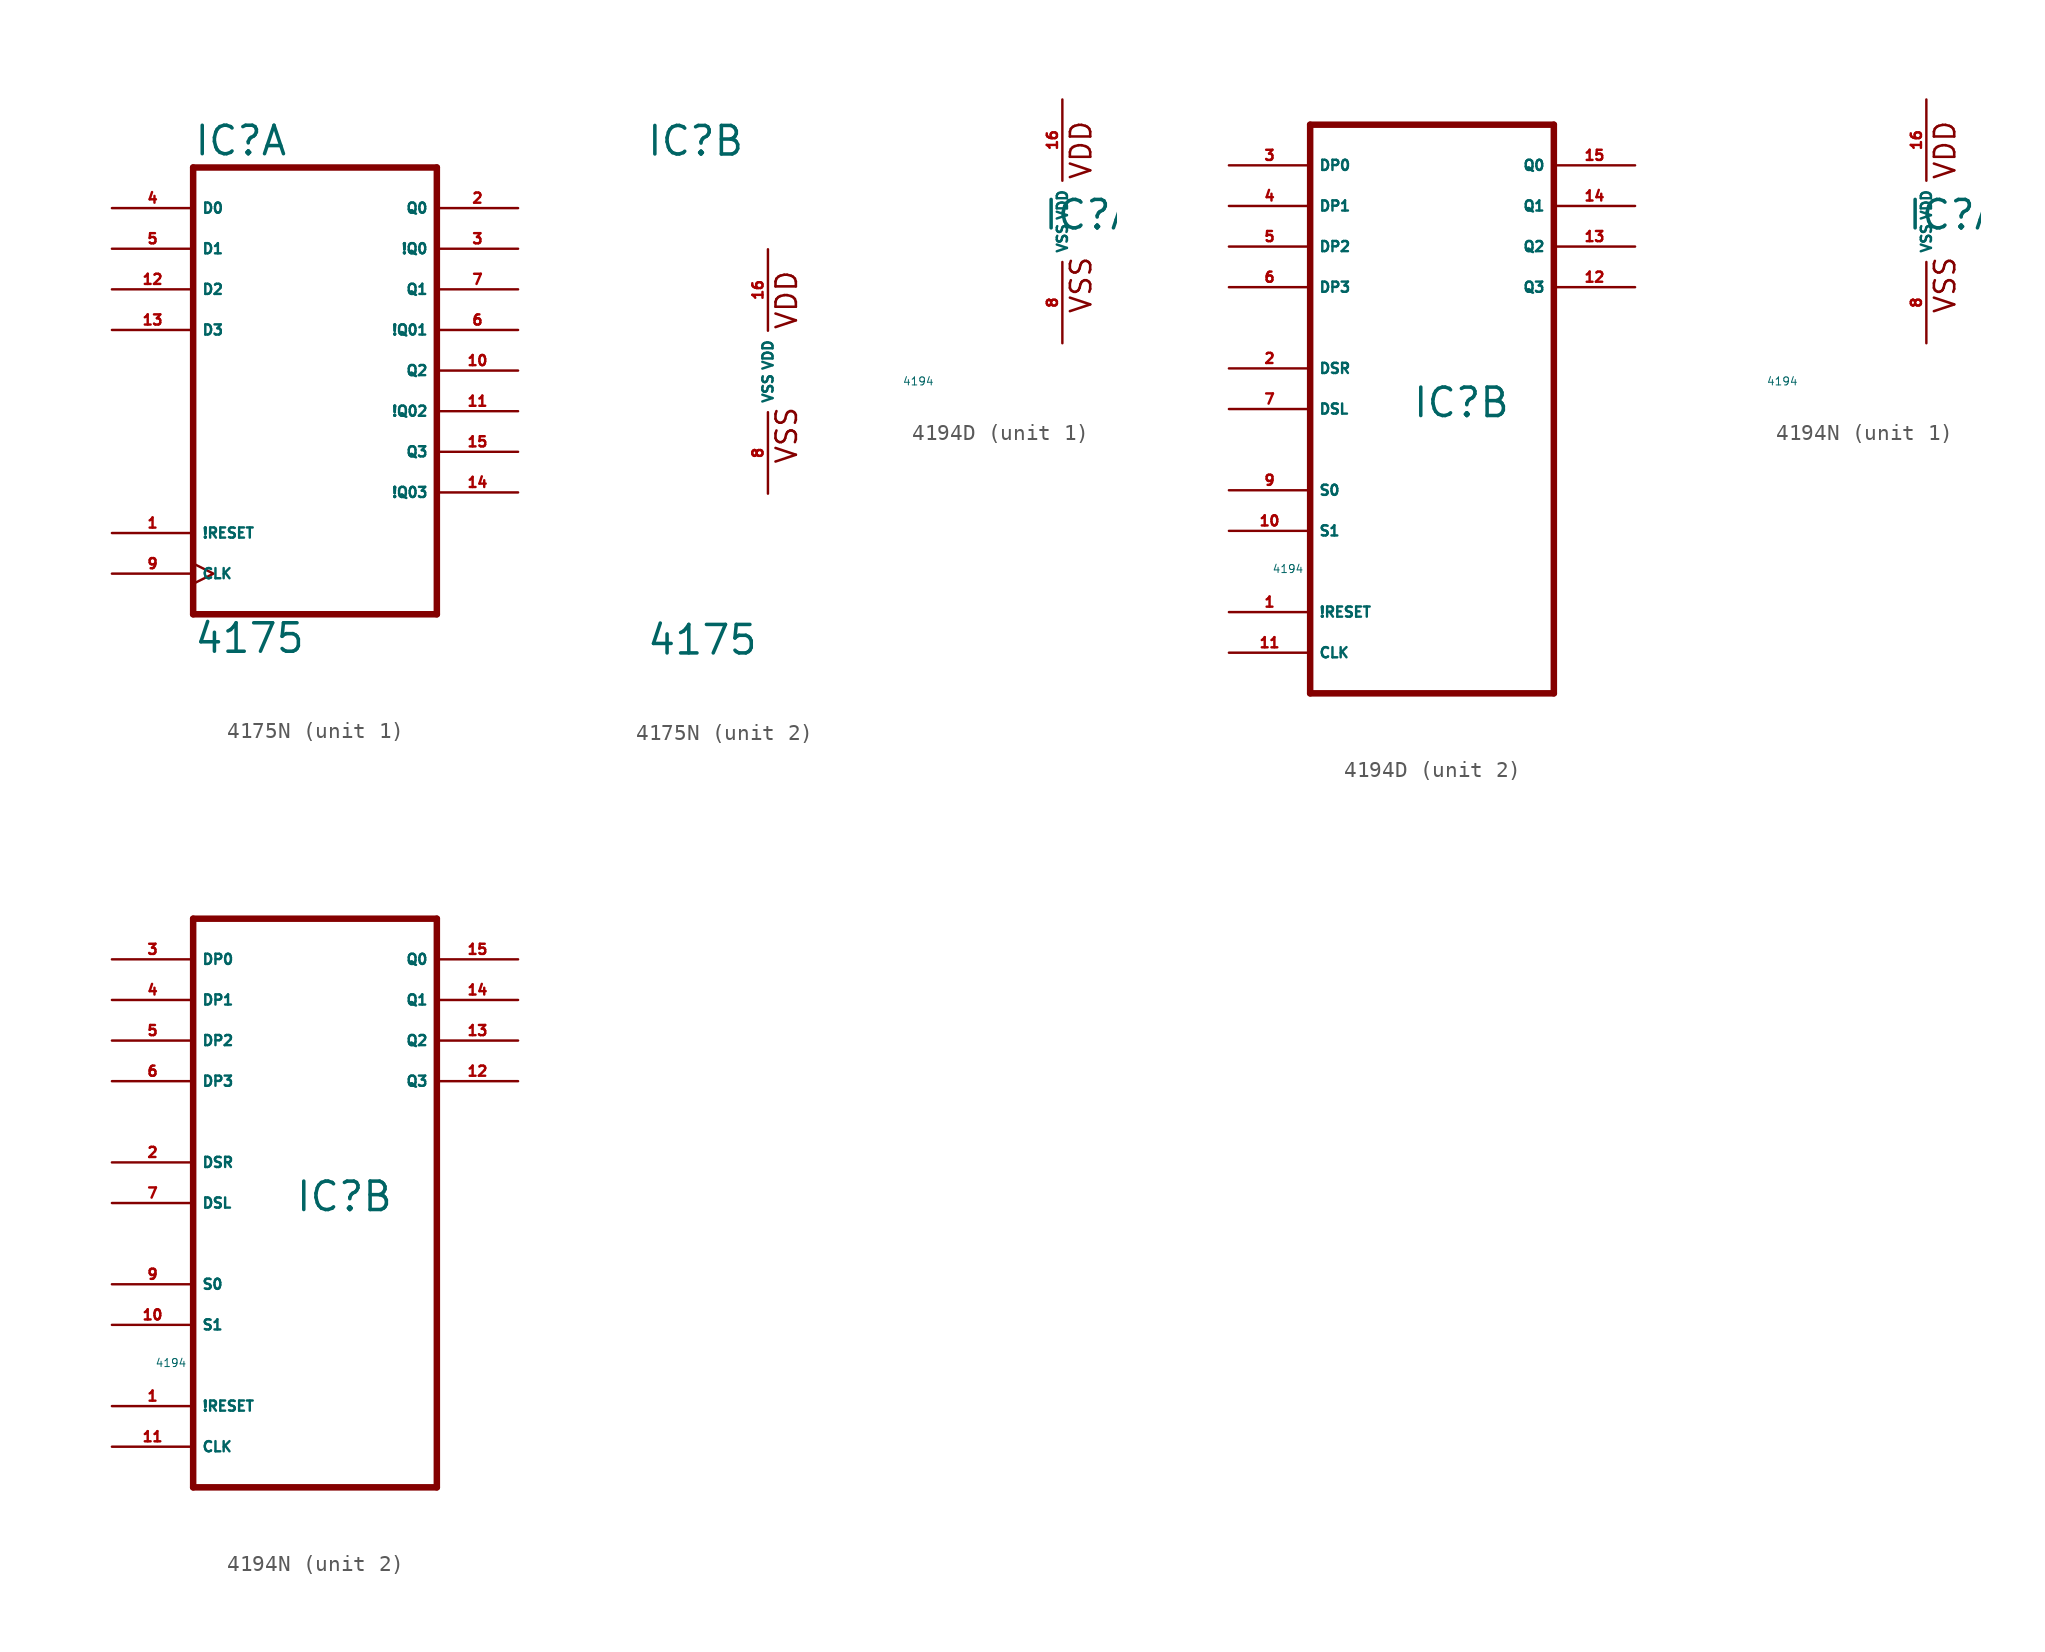
<source format=kicad_sym>
(kicad_symbol_lib
  (version 20220914)
  (generator Eagle2Kicad)
  (symbol "4175N"
    (property "Reference" "IC"
      (at -7.62 13.335 0)
      (effects (font (size 1.778 1.778) (thickness 0.22)) (justify left bottom)))
    (property "Value" "4175"
      (at -7.62 -17.78 0)
      (effects (font (size 1.778 1.778) (thickness 0.22)) (justify left bottom)))
    (symbol "4175N_1_0"
      (polyline (pts (xy -7.62 -15.24) (xy 7.62 -15.24)) (stroke (width 0.406) (type default)) (fill (type none)))
      (polyline (pts (xy 7.62 -15.24) (xy 7.62 12.7)) (stroke (width 0.406) (type default)) (fill (type none)))
      (polyline (pts (xy 7.62 12.7) (xy -7.62 12.7)) (stroke (width 0.406) (type default)) (fill (type none)))
      (polyline (pts (xy -7.62 12.7) (xy -7.62 -15.24)) (stroke (width 0.406) (type default)) (fill (type none)))
      (pin input line (at -12.7 -10.16 0) (length 5.08) (name "!RESET" (effects (font (size 0.635 0.635) (thickness 0.08)) (justify left bottom))) (number "1" (effects (font (size 0.635 0.635) (thickness 0.08)) (justify left bottom))))
      (pin input line (at -12.7 10.16 0) (length 5.08) (name "D0" (effects (font (size 0.635 0.635) (thickness 0.08)) (justify left bottom))) (number "4" (effects (font (size 0.635 0.635) (thickness 0.08)) (justify left bottom))))
      (pin output line (at 12.7 10.16 180) (length 5.08) (name "Q0" (effects (font (size 0.635 0.635) (thickness 0.08)) (justify left bottom))) (number "2" (effects (font (size 0.635 0.635) (thickness 0.08)) (justify left bottom))))
      (pin input clock (at -12.7 -12.7 0) (length 5.08) (name "CLK" (effects (font (size 0.635 0.635) (thickness 0.08)) (justify left bottom))) (number "9" (effects (font (size 0.635 0.635) (thickness 0.08)) (justify left bottom))))
      (pin input line (at -12.7 7.62 0) (length 5.08) (name "D1" (effects (font (size 0.635 0.635) (thickness 0.08)) (justify left bottom))) (number "5" (effects (font (size 0.635 0.635) (thickness 0.08)) (justify left bottom))))
      (pin input line (at -12.7 5.08 0) (length 5.08) (name "D2" (effects (font (size 0.635 0.635) (thickness 0.08)) (justify left bottom))) (number "12" (effects (font (size 0.635 0.635) (thickness 0.08)) (justify left bottom))))
      (pin input line (at -12.7 2.54 0) (length 5.08) (name "D3" (effects (font (size 0.635 0.635) (thickness 0.08)) (justify left bottom))) (number "13" (effects (font (size 0.635 0.635) (thickness 0.08)) (justify left bottom))))
      (pin output line (at 12.7 5.08 180) (length 5.08) (name "Q1" (effects (font (size 0.635 0.635) (thickness 0.08)) (justify left bottom))) (number "7" (effects (font (size 0.635 0.635) (thickness 0.08)) (justify left bottom))))
      (pin output line (at 12.7 0 180) (length 5.08) (name "Q2" (effects (font (size 0.635 0.635) (thickness 0.08)) (justify left bottom))) (number "10" (effects (font (size 0.635 0.635) (thickness 0.08)) (justify left bottom))))
      (pin output line (at 12.7 -5.08 180) (length 5.08) (name "Q3" (effects (font (size 0.635 0.635) (thickness 0.08)) (justify left bottom))) (number "15" (effects (font (size 0.635 0.635) (thickness 0.08)) (justify left bottom))))
      (pin output line (at 12.7 7.62 180) (length 5.08) (name "!Q0" (effects (font (size 0.635 0.635) (thickness 0.08)) (justify left bottom))) (number "3" (effects (font (size 0.635 0.635) (thickness 0.08)) (justify left bottom))))
      (pin output line (at 12.7 2.54 180) (length 5.08) (name "!Q01" (effects (font (size 0.635 0.635) (thickness 0.08)) (justify left bottom))) (number "6" (effects (font (size 0.635 0.635) (thickness 0.08)) (justify left bottom))))
      (pin output line (at 12.7 -2.54 180) (length 5.08) (name "!Q02" (effects (font (size 0.635 0.635) (thickness 0.08)) (justify left bottom))) (number "11" (effects (font (size 0.635 0.635) (thickness 0.08)) (justify left bottom))))
      (pin output line (at 12.7 -7.62 180) (length 5.08) (name "!Q03" (effects (font (size 0.635 0.635) (thickness 0.08)) (justify left bottom))) (number "14" (effects (font (size 0.635 0.635) (thickness 0.08)) (justify left bottom)))))
    (symbol "4175N_2_0"
      (text "VDD" (at 1.905 2.54 900) (effects (font (size 1.27 1.27) (thickness 0.16)) (justify left bottom)))
      (text "VSS" (at 1.905 -5.842 900) (effects (font (size 1.27 1.27) (thickness 0.16)) (justify left bottom)))
      (pin unspecified line (at 0 -7.62 90) (length 5.08) (name "VSS" (effects (font (size 0.635 0.635) (thickness 0.08)) (justify left bottom))) (number "8" (effects (font (size 0.635 0.635) (thickness 0.08)) (justify left bottom))))
      (pin unspecified line (at 0 7.62 270) (length 5.08) (name "VDD" (effects (font (size 0.635 0.635) (thickness 0.08)) (justify left bottom))) (number "16" (effects (font (size 0.635 0.635) (thickness 0.08)) (justify left bottom))))))
  (symbol "4194D"
    (property "Reference" "IC"
      (at -1.27 -0.635 0)
      (effects (font (size 1.778 1.778) (thickness 0.22)) (justify left bottom)))
    (property "Value" "4194"
      (at -10 -10 0)
      (effects (font (size 0.5 0.5) (thickness 0.06)) (justify left)))
    (symbol "4194D_1_0"
      (text "VDD" (at 1.905 2.54 900) (effects (font (size 1.27 1.27) (thickness 0.16)) (justify left bottom)))
      (text "VSS" (at 1.905 -5.842 900) (effects (font (size 1.27 1.27) (thickness 0.16)) (justify left bottom)))
      (pin unspecified line (at 0 -7.62 90) (length 5.08) (name "VSS" (effects (font (size 0.635 0.635) (thickness 0.08)) (justify left bottom))) (number "8" (effects (font (size 0.635 0.635) (thickness 0.08)) (justify left bottom))))
      (pin unspecified line (at 0 7.62 270) (length 5.08) (name "VDD" (effects (font (size 0.635 0.635) (thickness 0.08)) (justify left bottom))) (number "16" (effects (font (size 0.635 0.635) (thickness 0.08)) (justify left bottom)))))
    (symbol "4194D_2_0"
      (polyline (pts (xy -7.62 -17.78) (xy 7.62 -17.78)) (stroke (width 0.406) (type default)) (fill (type none)))
      (polyline (pts (xy 7.62 -17.78) (xy 7.62 17.78)) (stroke (width 0.406) (type default)) (fill (type none)))
      (polyline (pts (xy 7.62 17.78) (xy -7.62 17.78)) (stroke (width 0.406) (type default)) (fill (type none)))
      (polyline (pts (xy -7.62 17.78) (xy -7.62 -17.78)) (stroke (width 0.406) (type default)) (fill (type none)))
      (pin input line (at -12.7 -12.7 0) (length 5.08) (name "!RESET" (effects (font (size 0.635 0.635) (thickness 0.08)) (justify left bottom))) (number "1" (effects (font (size 0.635 0.635) (thickness 0.08)) (justify left bottom))))
      (pin input line (at -12.7 15.24 0) (length 5.08) (name "DP0" (effects (font (size 0.635 0.635) (thickness 0.08)) (justify left bottom))) (number "3" (effects (font (size 0.635 0.635) (thickness 0.08)) (justify left bottom))))
      (pin output line (at 12.7 15.24 180) (length 5.08) (name "Q0" (effects (font (size 0.635 0.635) (thickness 0.08)) (justify left bottom))) (number "15" (effects (font (size 0.635 0.635) (thickness 0.08)) (justify left bottom))))
      (pin input line (at -12.7 -15.24 0) (length 5.08) (name "CLK" (effects (font (size 0.635 0.635) (thickness 0.08)) (justify left bottom))) (number "11" (effects (font (size 0.635 0.635) (thickness 0.08)) (justify left bottom))))
      (pin input line (at -12.7 2.54 0) (length 5.08) (name "DSR" (effects (font (size 0.635 0.635) (thickness 0.08)) (justify left bottom))) (number "2" (effects (font (size 0.635 0.635) (thickness 0.08)) (justify left bottom))))
      (pin input line (at -12.7 0 0) (length 5.08) (name "DSL" (effects (font (size 0.635 0.635) (thickness 0.08)) (justify left bottom))) (number "7" (effects (font (size 0.635 0.635) (thickness 0.08)) (justify left bottom))))
      (pin output line (at 12.7 12.7 180) (length 5.08) (name "Q1" (effects (font (size 0.635 0.635) (thickness 0.08)) (justify left bottom))) (number "14" (effects (font (size 0.635 0.635) (thickness 0.08)) (justify left bottom))))
      (pin output line (at 12.7 10.16 180) (length 5.08) (name "Q2" (effects (font (size 0.635 0.635) (thickness 0.08)) (justify left bottom))) (number "13" (effects (font (size 0.635 0.635) (thickness 0.08)) (justify left bottom))))
      (pin output line (at 12.7 7.62 180) (length 5.08) (name "Q3" (effects (font (size 0.635 0.635) (thickness 0.08)) (justify left bottom))) (number "12" (effects (font (size 0.635 0.635) (thickness 0.08)) (justify left bottom))))
      (pin input line (at -12.7 12.7 0) (length 5.08) (name "DP1" (effects (font (size 0.635 0.635) (thickness 0.08)) (justify left bottom))) (number "4" (effects (font (size 0.635 0.635) (thickness 0.08)) (justify left bottom))))
      (pin input line (at -12.7 10.16 0) (length 5.08) (name "DP2" (effects (font (size 0.635 0.635) (thickness 0.08)) (justify left bottom))) (number "5" (effects (font (size 0.635 0.635) (thickness 0.08)) (justify left bottom))))
      (pin input line (at -12.7 7.62 0) (length 5.08) (name "DP3" (effects (font (size 0.635 0.635) (thickness 0.08)) (justify left bottom))) (number "6" (effects (font (size 0.635 0.635) (thickness 0.08)) (justify left bottom))))
      (pin input line (at -12.7 -5.08 0) (length 5.08) (name "S0" (effects (font (size 0.635 0.635) (thickness 0.08)) (justify left bottom))) (number "9" (effects (font (size 0.635 0.635) (thickness 0.08)) (justify left bottom))))
      (pin input line (at -12.7 -7.62 0) (length 5.08) (name "S1" (effects (font (size 0.635 0.635) (thickness 0.08)) (justify left bottom))) (number "10" (effects (font (size 0.635 0.635) (thickness 0.08)) (justify left bottom))))))
  (symbol "4194N"
    (property "Reference" "IC"
      (at -1.27 -0.635 0)
      (effects (font (size 1.778 1.778) (thickness 0.22)) (justify left bottom)))
    (property "Value" "4194"
      (at -10 -10 0)
      (effects (font (size 0.5 0.5) (thickness 0.06)) (justify left)))
    (symbol "4194N_1_0"
      (text "VDD" (at 1.905 2.54 900) (effects (font (size 1.27 1.27) (thickness 0.16)) (justify left bottom)))
      (text "VSS" (at 1.905 -5.842 900) (effects (font (size 1.27 1.27) (thickness 0.16)) (justify left bottom)))
      (pin unspecified line (at 0 -7.62 90) (length 5.08) (name "VSS" (effects (font (size 0.635 0.635) (thickness 0.08)) (justify left bottom))) (number "8" (effects (font (size 0.635 0.635) (thickness 0.08)) (justify left bottom))))
      (pin unspecified line (at 0 7.62 270) (length 5.08) (name "VDD" (effects (font (size 0.635 0.635) (thickness 0.08)) (justify left bottom))) (number "16" (effects (font (size 0.635 0.635) (thickness 0.08)) (justify left bottom)))))
    (symbol "4194N_2_0"
      (polyline (pts (xy -7.62 -17.78) (xy 7.62 -17.78)) (stroke (width 0.406) (type default)) (fill (type none)))
      (polyline (pts (xy 7.62 -17.78) (xy 7.62 17.78)) (stroke (width 0.406) (type default)) (fill (type none)))
      (polyline (pts (xy 7.62 17.78) (xy -7.62 17.78)) (stroke (width 0.406) (type default)) (fill (type none)))
      (polyline (pts (xy -7.62 17.78) (xy -7.62 -17.78)) (stroke (width 0.406) (type default)) (fill (type none)))
      (pin input line (at -12.7 -12.7 0) (length 5.08) (name "!RESET" (effects (font (size 0.635 0.635) (thickness 0.08)) (justify left bottom))) (number "1" (effects (font (size 0.635 0.635) (thickness 0.08)) (justify left bottom))))
      (pin input line (at -12.7 15.24 0) (length 5.08) (name "DP0" (effects (font (size 0.635 0.635) (thickness 0.08)) (justify left bottom))) (number "3" (effects (font (size 0.635 0.635) (thickness 0.08)) (justify left bottom))))
      (pin output line (at 12.7 15.24 180) (length 5.08) (name "Q0" (effects (font (size 0.635 0.635) (thickness 0.08)) (justify left bottom))) (number "15" (effects (font (size 0.635 0.635) (thickness 0.08)) (justify left bottom))))
      (pin input line (at -12.7 -15.24 0) (length 5.08) (name "CLK" (effects (font (size 0.635 0.635) (thickness 0.08)) (justify left bottom))) (number "11" (effects (font (size 0.635 0.635) (thickness 0.08)) (justify left bottom))))
      (pin input line (at -12.7 2.54 0) (length 5.08) (name "DSR" (effects (font (size 0.635 0.635) (thickness 0.08)) (justify left bottom))) (number "2" (effects (font (size 0.635 0.635) (thickness 0.08)) (justify left bottom))))
      (pin input line (at -12.7 0 0) (length 5.08) (name "DSL" (effects (font (size 0.635 0.635) (thickness 0.08)) (justify left bottom))) (number "7" (effects (font (size 0.635 0.635) (thickness 0.08)) (justify left bottom))))
      (pin output line (at 12.7 12.7 180) (length 5.08) (name "Q1" (effects (font (size 0.635 0.635) (thickness 0.08)) (justify left bottom))) (number "14" (effects (font (size 0.635 0.635) (thickness 0.08)) (justify left bottom))))
      (pin output line (at 12.7 10.16 180) (length 5.08) (name "Q2" (effects (font (size 0.635 0.635) (thickness 0.08)) (justify left bottom))) (number "13" (effects (font (size 0.635 0.635) (thickness 0.08)) (justify left bottom))))
      (pin output line (at 12.7 7.62 180) (length 5.08) (name "Q3" (effects (font (size 0.635 0.635) (thickness 0.08)) (justify left bottom))) (number "12" (effects (font (size 0.635 0.635) (thickness 0.08)) (justify left bottom))))
      (pin input line (at -12.7 12.7 0) (length 5.08) (name "DP1" (effects (font (size 0.635 0.635) (thickness 0.08)) (justify left bottom))) (number "4" (effects (font (size 0.635 0.635) (thickness 0.08)) (justify left bottom))))
      (pin input line (at -12.7 10.16 0) (length 5.08) (name "DP2" (effects (font (size 0.635 0.635) (thickness 0.08)) (justify left bottom))) (number "5" (effects (font (size 0.635 0.635) (thickness 0.08)) (justify left bottom))))
      (pin input line (at -12.7 7.62 0) (length 5.08) (name "DP3" (effects (font (size 0.635 0.635) (thickness 0.08)) (justify left bottom))) (number "6" (effects (font (size 0.635 0.635) (thickness 0.08)) (justify left bottom))))
      (pin input line (at -12.7 -5.08 0) (length 5.08) (name "S0" (effects (font (size 0.635 0.635) (thickness 0.08)) (justify left bottom))) (number "9" (effects (font (size 0.635 0.635) (thickness 0.08)) (justify left bottom))))
      (pin input line (at -12.7 -7.62 0) (length 5.08) (name "S1" (effects (font (size 0.635 0.635) (thickness 0.08)) (justify left bottom))) (number "10" (effects (font (size 0.635 0.635) (thickness 0.08)) (justify left bottom)))))))
</source>
